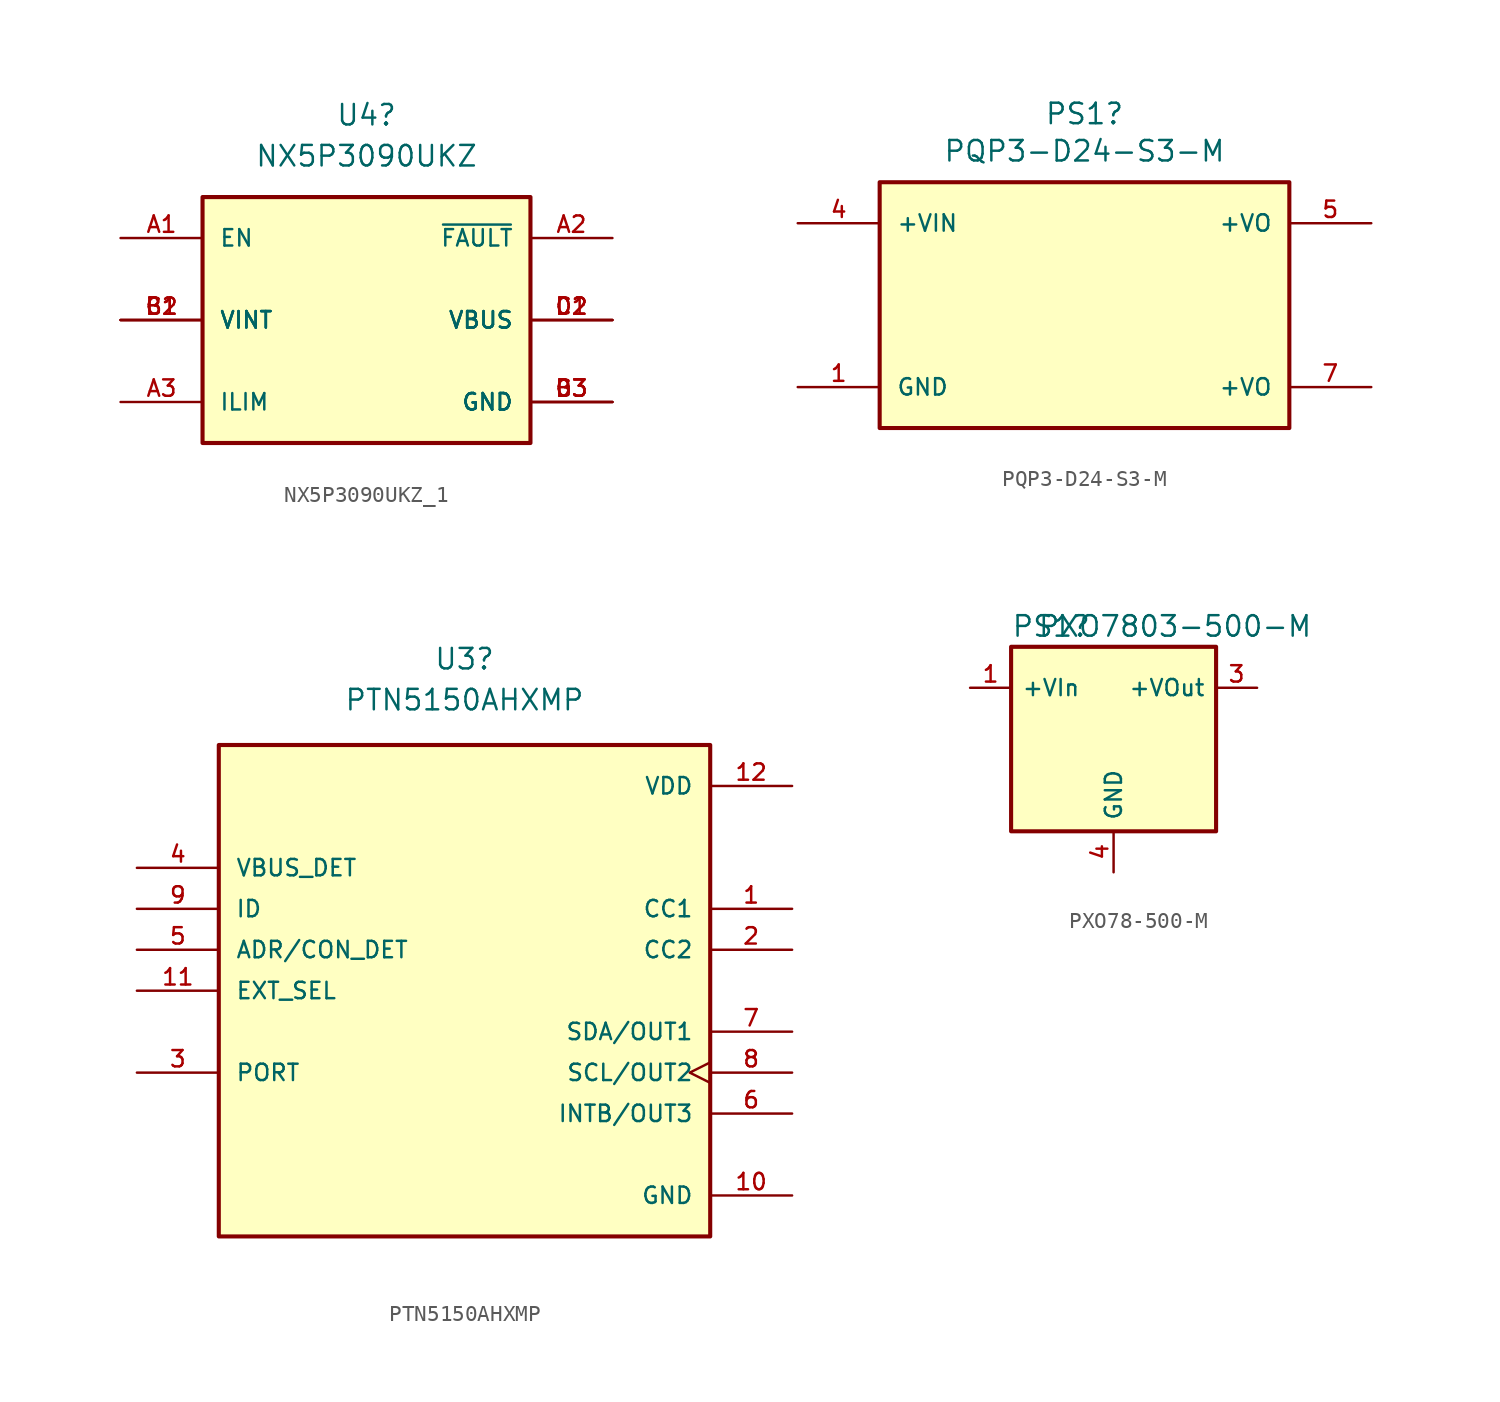
<source format=kicad_sym>
(kicad_symbol_lib
  (version 20231120)
  (generator "kicad_symbol_editor")
  (generator_version "8.0")
  (symbol "NX5P3090UKZ_1"
    (pin_names
      (offset 1.016))
    (property "Reference" "U4"
      (at 0 12.7 0)
      (effects (font (size 1.27 1.27))))
    (property "Value" "NX5P3090UKZ"
      (at 0 10.16 0)
      (effects (font (size 1.27 1.27))))
    (symbol "NX5P3090UKZ_1_0_0"
      (rectangle (start -10.16 -7.62) (end 10.16 7.62) (stroke (width 0.254) (type default)) (fill (type background)))
      (pin input line (at -15.24 5.08 0) (length 5.08) (name "EN" (effects (font (size 1.016 1.016)))) (number "A1" (effects (font (size 1.016 1.016)))))
      (pin output line (at 15.24 5.08 180) (length 5.08) (name "~{FAULT}" (effects (font (size 1.016 1.016)))) (number "A2" (effects (font (size 1.016 1.016)))))
      (pin passive line (at -15.24 -5.08 0) (length 5.08) (name "ILIM" (effects (font (size 1.016 1.016)))) (number "A3" (effects (font (size 1.016 1.016)))))
      (pin input line (at -15.24 0 0) (length 5.08) (name "VINT" (effects (font (size 1.016 1.016)))) (number "B1" (effects (font (size 1.016 1.016)))))
      (pin input line (at -15.24 0 0) (length 5.08) (name "VINT" (effects (font (size 1.016 1.016)))) (number "B2" (effects (font (size 1.016 1.016)))))
      (pin power_in line (at 15.24 -5.08 180) (length 5.08) (name "GND" (effects (font (size 1.016 1.016)))) (number "B3" (effects (font (size 1.016 1.016)))))
      (pin input line (at -15.24 0 0) (length 5.08) (name "VINT" (effects (font (size 1.016 1.016)))) (number "C1" (effects (font (size 1.016 1.016)))))
      (pin output line (at 15.24 0 180) (length 5.08) (name "VBUS" (effects (font (size 1.016 1.016)))) (number "C2" (effects (font (size 1.016 1.016)))))
      (pin power_in line (at 15.24 -5.08 180) (length 5.08) (name "GND" (effects (font (size 1.016 1.016)))) (number "C3" (effects (font (size 1.016 1.016)))))
      (pin output line (at 15.24 0 180) (length 5.08) (name "VBUS" (effects (font (size 1.016 1.016)))) (number "D1" (effects (font (size 1.016 1.016)))))
      (pin output line (at 15.24 0 180) (length 5.08) (name "VBUS" (effects (font (size 1.016 1.016)))) (number "D2" (effects (font (size 1.016 1.016)))))
      (pin power_in line (at 15.24 -5.08 180) (length 5.08) (name "GND" (effects (font (size 1.016 1.016)))) (number "D3" (effects (font (size 1.016 1.016)))))))
  (symbol "PQP3-D24-S3-M"
    (pin_names
      (offset 1.016))
    (property "Reference" "PS1"
      (at 0 11.862 0)
      (effects (font (size 1.27 1.27))))
    (property "Value" "PQP3-D24-S3-M"
      (at 0 9.55 0)
      (effects (font (size 1.27 1.27))))
    (symbol "PQP3-D24-S3-M_0_0"
      (rectangle (start -12.7 7.62) (end 12.7 -7.62) (stroke (width 0.254) (type default)) (fill (type background))))
    (symbol "PQP3-D24-S3-M_1_0"
      (pin power_in line (at -17.78 -5.08 0) (length 5.08) (name "GND" (effects (font (size 1.016 1.016)))) (number "1" (effects (font (size 1.016 1.016)))))
      (pin input line (at -17.78 5.08 0) (length 5.08) (name "+VIN" (effects (font (size 1.016 1.016)))) (number "4" (effects (font (size 1.016 1.016)))))
      (pin output line (at 17.78 5.08 180) (length 5.08) (name "+VO" (effects (font (size 1.016 1.016)))) (number "5" (effects (font (size 1.016 1.016)))))
      (pin output line (at 17.78 -5.08 180) (length 5.08) (name "+VO" (effects (font (size 1.016 1.016)))) (number "7" (effects (font (size 1.016 1.016)))))))
  (symbol "PTN5150AHXMP"
    (pin_names
      (offset 1.016))
    (property "Reference" "U3"
      (at 0 20.574 0)
      (effects (font (size 1.27 1.27))))
    (property "Value" "PTN5150AHXMP"
      (at 0 18.034 0)
      (effects (font (size 1.27 1.27))))
    (symbol "PTN5150AHXMP_0_0"
      (rectangle (start -15.24 -15.24) (end 15.24 15.24) (stroke (width 0.254) (type default)) (fill (type background)))
      (pin bidirectional line (at 20.32 5.08 180) (length 5.08) (name "CC1" (effects (font (size 1.016 1.016)))) (number "1" (effects (font (size 1.016 1.016)))))
      (pin power_in line (at 20.32 -12.7 180) (length 5.08) (name "GND" (effects (font (size 1.016 1.016)))) (number "10" (effects (font (size 1.016 1.016)))))
      (pin output line (at -20.32 0 0) (length 5.08) (name "EXT_SEL" (effects (font (size 1.016 1.016)))) (number "11" (effects (font (size 1.016 1.016)))))
      (pin power_in line (at 20.32 12.7 180) (length 5.08) (name "VDD" (effects (font (size 1.016 1.016)))) (number "12" (effects (font (size 1.016 1.016)))))
      (pin bidirectional line (at 20.32 2.54 180) (length 5.08) (name "CC2" (effects (font (size 1.016 1.016)))) (number "2" (effects (font (size 1.016 1.016)))))
      (pin input line (at -20.32 -5.08 0) (length 5.08) (name "PORT" (effects (font (size 1.016 1.016)))) (number "3" (effects (font (size 1.016 1.016)))))
      (pin input line (at -20.32 7.62 0) (length 5.08) (name "VBUS_DET" (effects (font (size 1.016 1.016)))) (number "4" (effects (font (size 1.016 1.016)))))
      (pin bidirectional line (at -20.32 2.54 0) (length 5.08) (name "ADR/CON_DET" (effects (font (size 1.016 1.016)))) (number "5" (effects (font (size 1.016 1.016)))))
      (pin output line (at 20.32 -7.62 180) (length 5.08) (name "INTB/OUT3" (effects (font (size 1.016 1.016)))) (number "6" (effects (font (size 1.016 1.016)))))
      (pin bidirectional line (at 20.32 -2.54 180) (length 5.08) (name "SDA/OUT1" (effects (font (size 1.016 1.016)))) (number "7" (effects (font (size 1.016 1.016)))))
      (pin bidirectional clock (at 20.32 -5.08 180) (length 5.08) (name "SCL/OUT2" (effects (font (size 1.016 1.016)))) (number "8" (effects (font (size 1.016 1.016)))))
      (pin output line (at -20.32 5.08 0) (length 5.08) (name "ID" (effects (font (size 1.016 1.016)))) (number "9" (effects (font (size 1.016 1.016)))))))
  (symbol "PXO78-500-M"
    (pin_names
      (offset 0.635))
    (property "Reference" "PS1"
      (at 0 1.27 0)
      (do_not_autoplace)
      (effects (font (size 1.27 1.27)) (justify left)))
    (property "Value" "PXO7803-500-M"
      (at 10.16 1.27 0)
      (do_not_autoplace)
      (effects (font (size 1.27 1.27))))
    (symbol "PXO78-500-M_0_0"
      (rectangle (start 0 0) (end 12.7 -11.43) (stroke (width 0.254) (type default)) (fill (type background))))
    (symbol "PXO78-500-M_1_0"
      (pin input line (at -2.54 -2.54 0) (length 2.54) (name "+VIn" (effects (font (size 1 1)))) (number "1" (effects (font (size 1.016 1.016)))))
      (pin no_connect line (at 15.24 -7.62 180) (length 2.54) hide (name "" (effects (font (size 1 1)))) (number "2" (effects (font (size 1.016 1.016)))))
      (pin output line (at 15.24 -2.54 180) (length 2.54) (name "+VOut" (effects (font (size 1 1)))) (number "3" (effects (font (size 1.016 1.016)))))
      (pin input line (at 6.35 -13.97 90) (length 2.54) (name "GND" (effects (font (size 1 1)))) (number "4" (effects (font (size 1.016 1.016))))))))
</source>
